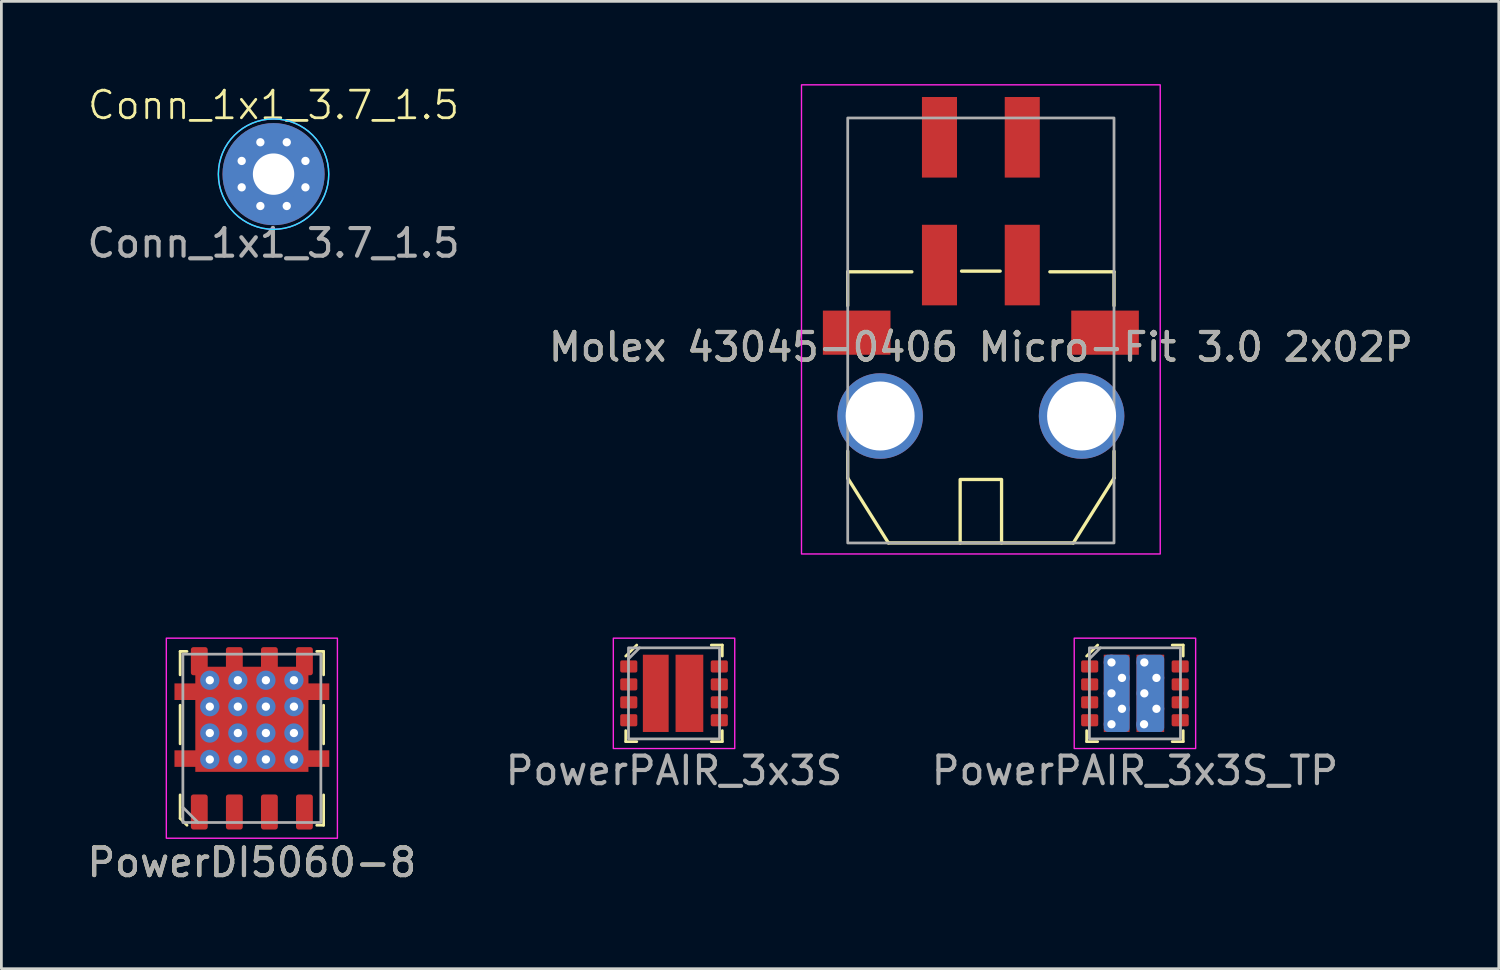
<source format=kicad_pcb>
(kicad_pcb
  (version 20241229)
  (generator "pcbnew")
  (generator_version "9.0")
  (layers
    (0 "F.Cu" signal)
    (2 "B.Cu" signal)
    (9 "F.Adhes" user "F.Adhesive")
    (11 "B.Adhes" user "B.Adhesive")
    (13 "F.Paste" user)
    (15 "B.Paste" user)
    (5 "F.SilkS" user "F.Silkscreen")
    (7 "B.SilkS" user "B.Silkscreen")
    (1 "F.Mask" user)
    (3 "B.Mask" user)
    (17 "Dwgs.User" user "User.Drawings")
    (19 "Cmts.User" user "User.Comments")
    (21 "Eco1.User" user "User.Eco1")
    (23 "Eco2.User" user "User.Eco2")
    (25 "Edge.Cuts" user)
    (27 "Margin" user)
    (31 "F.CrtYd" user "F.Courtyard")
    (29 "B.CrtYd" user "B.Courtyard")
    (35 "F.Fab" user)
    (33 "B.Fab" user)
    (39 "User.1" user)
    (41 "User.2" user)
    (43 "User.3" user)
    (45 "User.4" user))
  (footprint "PowerPAIR_3x3S"
    (layer "F.Cu")
    (at 21.375 22.075)
    (property "Reference" "PowerPAIR_3x3S" (at 0 2.8 0) (unlocked yes) (layer "F.SilkS") (effects (font (size 1 1) (thickness 0.1))))
    (attr smd)
    (fp_line (start -1.75 1.35) (end -1.75 1.75) (stroke (width 0.1) (type default)) (layer "F.SilkS"))
    (fp_line (start -1.75 1.75) (end -1.35 1.75) (stroke (width 0.1) (type default)) (layer "F.SilkS"))
    (fp_line (start -1.35 -1.75) (end -1.75 -1.35) (stroke (width 0.1) (type default)) (layer "F.SilkS"))
    (fp_line (start 1.35 1.75) (end 1.75 1.75) (stroke (width 0.1) (type default)) (layer "F.SilkS"))
    (fp_line (start 1.75 -1.75) (end 1.35 -1.75) (stroke (width 0.1) (type default)) (layer "F.SilkS"))
    (fp_line (start 1.75 -1.35) (end 1.75 -1.75) (stroke (width 0.1) (type default)) (layer "F.SilkS"))
    (fp_line (start 1.75 1.75) (end 1.75 1.35) (stroke (width 0.1) (type default)) (layer "F.SilkS"))
    (fp_rect (start -2.2 -2) (end 2.2 2) (stroke (width 0.05) (type default)) (fill no) (layer "F.CrtYd"))
    (fp_line (start -1.25 -1.65) (end -1.65 -1.25) (stroke (width 0.1) (type default)) (layer "F.Fab"))
    (fp_rect (start -1.65 -1.65) (end 1.65 1.65) (stroke (width 0.1) (type default)) (fill no) (layer "F.Fab"))
    (fp_text user "${REFERENCE}" (at 0 2.8 0) (unlocked yes) (layer "F.Fab") (effects (font (size 1 1) (thickness 0.15))))
    (pad "1" smd roundrect (at -1.64 -0.975) (size 0.62 0.44) (layers "F.Cu" "F.Mask" "F.Paste") (roundrect_rratio 0.15))
    (pad "2" smd roundrect (at -1.64 -0.325) (size 0.62 0.44) (layers "F.Cu" "F.Mask" "F.Paste") (roundrect_rratio 0.15))
    (pad "3" smd roundrect (at -1.64 0.325) (size 0.62 0.44) (layers "F.Cu" "F.Mask" "F.Paste") (roundrect_rratio 0.15))
    (pad "4" smd roundrect (at -1.64 0.975) (size 0.62 0.44) (layers "F.Cu" "F.Mask" "F.Paste") (roundrect_rratio 0.15))
    (pad "5" smd roundrect (at 1.64 0.975) (size 0.62 0.44) (layers "F.Cu" "F.Mask" "F.Paste") (roundrect_rratio 0.15))
    (pad "6" smd roundrect (at 1.64 0.325) (size 0.62 0.44) (layers "F.Cu" "F.Mask" "F.Paste") (roundrect_rratio 0.15))
    (pad "7" smd roundrect (at 1.64 -0.325) (size 0.62 0.44) (layers "F.Cu" "F.Mask" "F.Paste") (roundrect_rratio 0.15))
    (pad "8" smd roundrect (at 1.64 -0.975) (size 0.62 0.44) (layers "F.Cu" "F.Mask" "F.Paste") (roundrect_rratio 0.15))
    (pad "9" smd rect (at 0.558 0) (size 1.005 2.8) (layers "F.Cu" "F.Mask" "F.Paste"))
    (pad "10" smd rect (at -0.662 0) (size 0.935 2.8) (layers "F.Cu" "F.Mask" "F.Paste")))
  (footprint "PowerPAIR_3x3S_TP"
    (layer "F.Cu")
    (at 38.077 22.075)
    (property "Reference" "PowerPAIR_3x3S_TP" (at 0 2.8 0) (unlocked yes) (layer "F.SilkS") (effects (font (size 1 1) (thickness 0.1))))
    (attr smd)
    (fp_line (start -1.75 1.35) (end -1.75 1.75) (stroke (width 0.1) (type default)) (layer "F.SilkS"))
    (fp_line (start -1.75 1.75) (end -1.35 1.75) (stroke (width 0.1) (type default)) (layer "F.SilkS"))
    (fp_line (start -1.35 -1.75) (end -1.75 -1.35) (stroke (width 0.1) (type default)) (layer "F.SilkS"))
    (fp_line (start 1.35 1.75) (end 1.75 1.75) (stroke (width 0.1) (type default)) (layer "F.SilkS"))
    (fp_line (start 1.75 -1.75) (end 1.35 -1.75) (stroke (width 0.1) (type default)) (layer "F.SilkS"))
    (fp_line (start 1.75 -1.35) (end 1.75 -1.75) (stroke (width 0.1) (type default)) (layer "F.SilkS"))
    (fp_line (start 1.75 1.75) (end 1.75 1.35) (stroke (width 0.1) (type default)) (layer "F.SilkS"))
    (fp_rect (start -2.2 -2) (end 2.2 2) (stroke (width 0.05) (type default)) (fill no) (layer "F.CrtYd"))
    (fp_line (start -1.25 -1.65) (end -1.65 -1.25) (stroke (width 0.1) (type default)) (layer "F.Fab"))
    (fp_rect (start -1.65 -1.65) (end 1.65 1.65) (stroke (width 0.1) (type default)) (fill no) (layer "F.Fab"))
    (fp_text user "${REFERENCE}" (at 0 2.8 0) (unlocked yes) (layer "F.Fab") (effects (font (size 1 1) (thickness 0.15))))
    (pad "1" smd roundrect (at -1.64 -0.975) (size 0.62 0.44) (layers "F.Cu" "F.Mask" "F.Paste") (roundrect_rratio 0.15))
    (pad "2" smd roundrect (at -1.64 -0.325) (size 0.62 0.44) (layers "F.Cu" "F.Mask" "F.Paste") (roundrect_rratio 0.15))
    (pad "3" smd roundrect (at -1.64 0.325) (size 0.62 0.44) (layers "F.Cu" "F.Mask" "F.Paste") (roundrect_rratio 0.15))
    (pad "4" smd roundrect (at -1.64 0.975) (size 0.62 0.44) (layers "F.Cu" "F.Mask" "F.Paste") (roundrect_rratio 0.15))
    (pad "5" smd roundrect (at 1.64 0.975) (size 0.62 0.44) (layers "F.Cu" "F.Mask" "F.Paste") (roundrect_rratio 0.15))
    (pad "6" smd roundrect (at 1.64 0.325) (size 0.62 0.44) (layers "F.Cu" "F.Mask" "F.Paste") (roundrect_rratio 0.15))
    (pad "7" smd roundrect (at 1.64 -0.325) (size 0.62 0.44) (layers "F.Cu" "F.Mask" "F.Paste") (roundrect_rratio 0.15))
    (pad "8" smd roundrect (at 1.64 -0.975) (size 0.62 0.44) (layers "F.Cu" "F.Mask" "F.Paste") (roundrect_rratio 0.15))
    (pad "9" thru_hole circle (at 0.33 1.12 157.5) (size 0.56 0.56) (drill 0.3) (layers "*.Cu" "*.Mask"))
    (pad "9" thru_hole circle (at 0.34 -1.12 157.5) (size 0.56 0.56) (drill 0.3) (layers "*.Cu" "*.Mask"))
    (pad "9" thru_hole circle (at 0.34 0 157.5) (size 0.56 0.56) (drill 0.3) (layers "*.Cu" "*.Mask"))
    (pad "9" smd rect (at 0.558 0) (size 1.005 2.8) (layers "F.Cu" "F.Mask" "F.Paste"))
    (pad "9" smd roundrect (at 0.558 0) (size 1.005 2.8) (layers "B.Cu" "B.Mask") (roundrect_rratio 0.15))
    (pad "9" thru_hole circle (at 0.78 -0.56 157.5) (size 0.56 0.56) (drill 0.3) (layers "*.Cu" "*.Mask"))
    (pad "9" thru_hole circle (at 0.78 0.56 157.5) (size 0.56 0.56) (drill 0.3) (layers "*.Cu" "*.Mask"))
    (pad "10" thru_hole circle (at -0.85 -1.12 157.5) (size 0.56 0.56) (drill 0.3) (layers "*.Cu" "*.Mask"))
    (pad "10" thru_hole circle (at -0.85 0 157.5) (size 0.56 0.56) (drill 0.3) (layers "*.Cu" "*.Mask"))
    (pad "10" thru_hole circle (at -0.85 1.12 157.5) (size 0.56 0.56) (drill 0.3) (layers "*.Cu" "*.Mask"))
    (pad "10" smd rect (at -0.662 0) (size 0.935 2.8) (layers "F.Cu" "F.Mask" "F.Paste"))
    (pad "10" smd roundrect (at -0.662 0) (size 0.935 2.8) (layers "B.Cu" "B.Mask") (roundrect_rratio 0.15))
    (pad "10" thru_hole circle (at -0.47 -0.56 157.5) (size 0.56 0.56) (drill 0.3) (layers "*.Cu" "*.Mask"))
    (pad "10" thru_hole circle (at -0.47 0.56 157.5) (size 0.56 0.56) (drill 0.3) (layers "*.Cu" "*.Mask")))
  (footprint "Molex 43045-0406 Micro-Fit 3.0 2x02P"
    (layer "F.Cu")
    (at 32.494 12.025)
    (property "Reference" "Molex 43045-0406 Micro-Fit 3.0 2x02P" (at 0 -2.5 0) (unlocked yes) (layer "F.SilkS") (effects (font (size 1 1) (thickness 0.15))))
    (attr smd)
    (fp_line (start -4.825 -5.225) (end -4.825 -4) (stroke (width 0.12) (type solid)) (layer "F.SilkS"))
    (fp_line (start -4.825 -5.225) (end -2.5 -5.225) (stroke (width 0.12) (type solid)) (layer "F.SilkS"))
    (fp_line (start -4.825 1.275) (end -4.825 2.25) (stroke (width 0.12) (type solid)) (layer "F.SilkS"))
    (fp_line (start -4.825 2.25) (end -3.35 4.6) (stroke (width 0.12) (type solid)) (layer "F.SilkS"))
    (fp_line (start -0.75 4.6) (end -3.35 4.6) (stroke (width 0.12) (type solid)) (layer "F.SilkS"))
    (fp_line (start 0.7 -5.25) (end -0.7 -5.25) (stroke (width 0.12) (type solid)) (layer "F.SilkS"))
    (fp_line (start 0.75 4.6) (end 3.35 4.6) (stroke (width 0.12) (type solid)) (layer "F.SilkS"))
    (fp_line (start 3.35 4.6) (end 4.825 2.25) (stroke (width 0.12) (type solid)) (layer "F.SilkS"))
    (fp_line (start 4.825 -5.225) (end 2.5 -5.225) (stroke (width 0.12) (type solid)) (layer "F.SilkS"))
    (fp_line (start 4.825 -5.225) (end 4.825 -4) (stroke (width 0.12) (type solid)) (layer "F.SilkS"))
    (fp_line (start 4.825 1.275) (end 4.825 2.25) (stroke (width 0.12) (type solid)) (layer "F.SilkS"))
    (fp_rect (start -0.75 2.3) (end 0.75 4.6) (stroke (width 0.12) (type solid)) (fill no) (layer "F.SilkS"))
    (fp_rect (start -6.5 -12) (end 6.5 5) (stroke (width 0.05) (type solid)) (fill no) (layer "F.CrtYd"))
    (fp_rect (start -4.825 -10.8) (end 4.825 4.6) (stroke (width 0.1) (type solid)) (fill no) (layer "F.Fab"))
    (fp_text user "${REFERENCE}" (at 0 -2.5 0) (unlocked yes) (layer "F.Fab") (effects (font (size 1 1) (thickness 0.15))))
    (pad "0" smd rect (at -4.5 -3.02) (size 2.45 1.6) (layers "F.Cu" "F.Mask" "F.Paste"))
    (pad "0" thru_hole circle (at -3.65 0) (size 3.1 3.1) (drill 2.5) (layers "*.Cu" "*.Mask"))
    (pad "0" thru_hole circle (at 3.65 0) (size 3.1 3.1) (drill 2.5) (layers "*.Cu" "*.Mask"))
    (pad "0" smd rect (at 4.5 -3.02) (size 2.45 1.6) (layers "F.Cu" "F.Mask" "F.Paste"))
    (pad "1" smd rect (at 1.5 -5.47) (size 1.27 2.92) (layers "F.Cu" "F.Mask" "F.Paste"))
    (pad "2" smd rect (at -1.5 -5.47) (size 1.27 2.92) (layers "F.Cu" "F.Mask" "F.Paste"))
    (pad "3" smd rect (at 1.5 -10.1) (size 1.27 2.92) (layers "F.Cu" "F.Mask" "F.Paste"))
    (pad "4" smd rect (at -1.5 -10.1) (size 1.27 2.92) (layers "F.Cu" "F.Mask" "F.Paste")))
  (footprint "Conn_1x1_3.7_1.5"
    (layer "F.Cu")
    (at 6.863 3.26)
    (property "Reference" "Conn_1x1_3.7_1.5" (at 0 -2.5 0) (unlocked yes) (layer "F.SilkS") (effects (font (size 1 1) (thickness 0.1))))
    (attr through_hole)
    (fp_circle (center 0 0) (end 2 0) (stroke (width 0.05) (type default)) (fill no) (layer "B.CrtYd"))
    (fp_circle (center 0 0) (end 2 0) (stroke (width 0.05) (type default)) (fill no) (layer "F.CrtYd"))
    (fp_text user "${REFERENCE}" (at 0 2.5 0) (unlocked yes) (layer "F.Fab") (effects (font (size 1 1) (thickness 0.15))))
    (pad "1" thru_hole circle (at -1.155 -0.478 22.5) (size 0.8 0.8) (drill 0.3) (layers "*.Cu" "*.Mask"))
    (pad "1" thru_hole circle (at -1.155 0.478 22.5) (size 0.8 0.8) (drill 0.3) (layers "*.Cu" "*.Mask"))
    (pad "1" thru_hole circle (at -0.478 -1.155 22.5) (size 0.8 0.8) (drill 0.3) (layers "*.Cu" "*.Mask"))
    (pad "1" thru_hole circle (at -0.478 1.155 22.5) (size 0.8 0.8) (drill 0.3) (layers "*.Cu" "*.Mask"))
    (pad "1" thru_hole circle (at 0 0) (size 3.7 3.7) (drill 1.5) (layers "*.Cu" "*.Mask"))
    (pad "1" thru_hole circle (at 0.478 -1.155 22.5) (size 0.8 0.8) (drill 0.3) (layers "*.Cu" "*.Mask"))
    (pad "1" thru_hole circle (at 0.478 1.155 22.5) (size 0.8 0.8) (drill 0.3) (layers "*.Cu" "*.Mask"))
    (pad "1" thru_hole circle (at 1.155 -0.478 22.5) (size 0.8 0.8) (drill 0.3) (layers "*.Cu" "*.Mask"))
    (pad "1" thru_hole circle (at 1.155 0.478 22.5) (size 0.8 0.8) (drill 0.3) (layers "*.Cu" "*.Mask")))
  (footprint "PowerDI5060-8"
    (layer "F.Cu")
    (at 6.077 23.705)
    (property "Reference" "PowerDI5060-8" (at 0 4.5 0) (unlocked yes) (layer "F.SilkS") (effects (font (size 1 1) (thickness 0.15))))
    (attr smd)
    (fp_line (start -2.6 -3.15) (end -2.35 -3.15) (stroke (width 0.1) (type default)) (layer "F.SilkS"))
    (fp_line (start -2.6 -2.3) (end -2.6 -3.15) (stroke (width 0.1) (type default)) (layer "F.SilkS"))
    (fp_line (start -2.6 0.2) (end -2.6 -1.2) (stroke (width 0.1) (type default)) (layer "F.SilkS"))
    (fp_line (start -2.6 2.05) (end -2.6 2.9) (stroke (width 0.1) (type default)) (layer "F.SilkS"))
    (fp_line (start -2.35 3.15) (end -2.6 2.9) (stroke (width 0.1) (type default)) (layer "F.SilkS"))
    (fp_line (start 2.6 -3.15) (end 2.35 -3.15) (stroke (width 0.1) (type default)) (layer "F.SilkS"))
    (fp_line (start 2.6 -2.3) (end 2.6 -3.15) (stroke (width 0.1) (type default)) (layer "F.SilkS"))
    (fp_line (start 2.6 0.2) (end 2.6 -1.2) (stroke (width 0.1) (type default)) (layer "F.SilkS"))
    (fp_line (start 2.6 2.05) (end 2.6 3.15) (stroke (width 0.1) (type default)) (layer "F.SilkS"))
    (fp_line (start 2.6 3.15) (end 2.35 3.15) (stroke (width 0.1) (type default)) (layer "F.SilkS"))
    (fp_rect (start -3.1 -3.63) (end 3.1 3.62) (stroke (width 0.05) (type default)) (fill no) (layer "F.CrtYd"))
    (fp_line (start -2.5 2.5) (end -1.95 3.05) (stroke (width 0.1) (type default)) (layer "F.Fab"))
    (fp_rect (start -2.5 -3.05) (end 2.5 3.05) (stroke (width 0.1) (type default)) (fill no) (layer "F.Fab"))
    (fp_text user "${REFERENCE}" (at 0 4.5 0) (unlocked yes) (layer "F.Fab") (effects (font (size 1 1) (thickness 0.15))))
    (pad "" smd roundrect (at -2.428 -1.69 90) (size 0.6 0.755) (layers "F.Paste") (roundrect_rratio 0.15))
    (pad "" smd roundrect (at -2.428 0.735 90) (size 0.6 0.755) (layers "F.Paste") (roundrect_rratio 0.15))
    (pad "" smd roundrect (at -1.905 -2.795) (size 0.61 1.02) (layers "F.Paste") (roundrect_rratio 0.15))
    (pad "" smd roundrect (at -1.016 -1.407 270) (size 1.346 1.829) (layers "F.Paste") (roundrect_rratio 0.15))
    (pad "" smd roundrect (at -1.015 0.358 270) (size 1.576 1.83) (layers "F.Paste") (roundrect_rratio 0.15))
    (pad "" smd roundrect (at -0.635 -2.795) (size 0.61 1.02) (layers "F.Paste") (roundrect_rratio 0.15))
    (pad "" smd roundrect (at 0.635 -2.795) (size 0.61 1.02) (layers "F.Paste") (roundrect_rratio 0.15))
    (pad "" smd roundrect (at 1.016 -1.407 270) (size 1.346 1.829) (layers "F.Paste") (roundrect_rratio 0.15))
    (pad "" smd roundrect (at 1.016 0.358 270) (size 1.576 1.829) (layers "F.Paste") (roundrect_rratio 0.15))
    (pad "" smd roundrect (at 1.905 -2.795) (size 0.61 1.02) (layers "F.Paste") (roundrect_rratio 0.15))
    (pad "" smd roundrect (at 2.428 -1.69 90) (size 0.6 0.755) (layers "F.Paste") (roundrect_rratio 0.15))
    (pad "" smd roundrect (at 2.428 0.735 90) (size 0.6 0.755) (layers "F.Paste") (roundrect_rratio 0.15))
    (pad "1" smd roundrect (at -1.905 2.67) (size 0.61 1.27) (layers "F.Cu" "F.Mask" "F.Paste") (roundrect_rratio 0.15))
    (pad "2" smd roundrect (at -0.635 2.67) (size 0.61 1.27) (layers "F.Cu" "F.Mask" "F.Paste") (roundrect_rratio 0.15))
    (pad "3" smd roundrect (at 0.635 2.67) (size 0.61 1.27) (layers "F.Cu" "F.Mask" "F.Paste") (roundrect_rratio 0.15))
    (pad "4" smd roundrect (at 1.905 2.67) (size 0.61 1.27) (layers "F.Cu" "F.Mask" "F.Paste") (roundrect_rratio 0.15))
    (pad "5" thru_hole circle (at -1.524 -2.105 270) (size 0.7 0.7) (drill 0.3) (layers "*.Cu" "F.Mask"))
    (pad "5" thru_hole circle (at -1.524 -1.148 270) (size 0.7 0.7) (drill 0.3) (layers "*.Cu" "F.Mask"))
    (pad "5" thru_hole circle (at -1.524 -0.192 270) (size 0.7 0.7) (drill 0.3) (layers "*.Cu" "F.Mask"))
    (pad "5" thru_hole circle (at -1.524 0.765 270) (size 0.7 0.7) (drill 0.3) (layers "*.Cu" "F.Mask"))
    (pad "5" thru_hole circle (at -0.508 -2.105 270) (size 0.7 0.7) (drill 0.3) (layers "*.Cu" "F.Mask"))
    (pad "5" thru_hole circle (at -0.508 -1.148 270) (size 0.7 0.7) (drill 0.3) (layers "*.Cu" "F.Mask"))
    (pad "5" thru_hole circle (at -0.508 -0.192 270) (size 0.7 0.7) (drill 0.3) (layers "*.Cu" "F.Mask"))
    (pad "5" thru_hole circle (at -0.508 0.765 270) (size 0.7 0.7) (drill 0.3) (layers "*.Cu" "F.Mask"))
    (pad "5" thru_hole circle (at 0.508 -2.105 270) (size 0.7 0.7) (drill 0.3) (layers "*.Cu" "F.Mask"))
    (pad "5" thru_hole circle (at 0.508 -1.148 270) (size 0.7 0.7) (drill 0.3) (layers "*.Cu" "F.Mask"))
    (pad "5" thru_hole circle (at 0.508 -0.192 270) (size 0.7 0.7) (drill 0.3) (layers "*.Cu" "F.Mask"))
    (pad "5" thru_hole circle (at 0.508 0.765 270) (size 0.7 0.7) (drill 0.3) (layers "*.Cu" "F.Mask"))
    (pad "5" thru_hole circle (at 1.524 -2.105 270) (size 0.7 0.7) (drill 0.3) (layers "*.Cu" "F.Mask"))
    (pad "5" thru_hole circle (at 1.524 -1.148 270) (size 0.7 0.7) (drill 0.3) (layers "*.Cu" "F.Mask"))
    (pad "5" thru_hole circle (at 1.524 -0.192 270) (size 0.7 0.7) (drill 0.3) (layers "*.Cu" "F.Mask"))
    (pad "5" thru_hole circle (at 1.524 0.765 270) (size 0.7 0.7) (drill 0.3) (layers "*.Cu" "F.Mask"))
    (pad "5" smd custom (at 1.905 -2.795) (size 0.61 0.61) (layers "F.Cu" "F.Mask") (options (anchor circle)) (primitives (gr_poly (pts (xy 0.305 -0.418) (xy 0.298 -0.454) (xy 0.278 -0.483) (xy 0.249 -0.503) (xy 0.213 -0.51) (xy -0.213 -0.51) (xy -0.249 -0.503) (xy -0.278 -0.483) (xy -0.298 -0.454) (xy -0.305 -0.418) (xy -0.305 0.418) (xy -0.298 0.454) (xy -0.278 0.483) (xy -0.249 0.503) (xy -0.213 0.51) (xy 0.213 0.51) (xy 0.249 0.503) (xy 0.278 0.483) (xy 0.298 0.454) (xy 0.305 0.418)) (width 0) (fill yes)) (gr_rect (start -3.955 0.2) (end 0.145 4.01) (width 0) (fill yes)) (gr_rect (start -1.76 0.805) (end 0.9 1.405) (width 0) (fill yes)) (gr_rect (start -1.76 3.23) (end 0.9 3.83) (width 0) (fill yes)) (gr_rect (start -4.71 3.23) (end -2.05 3.83) (width 0) (fill yes)) (gr_rect (start -4.71 0.805) (end -2.05 1.405) (width 0) (fill yes))))
    (pad "6" smd roundrect (at 0.635 -2.795) (size 0.61 1.02) (layers "F.Cu" "F.Mask") (roundrect_rratio 0.15))
    (pad "7" smd roundrect (at -0.635 -2.795) (size 0.61 1.02) (layers "F.Cu" "F.Mask") (roundrect_rratio 0.15))
    (pad "8" smd roundrect (at -1.905 -2.795) (size 0.61 1.02) (layers "F.Cu" "F.Mask") (roundrect_rratio 0.15)))
  (gr_rect
    (start -3 -3)
    (end 51.262 32.053)
    (stroke (width 0.1) (type default))
    (fill no)
    (layer "Edge.Cuts")))
</source>
